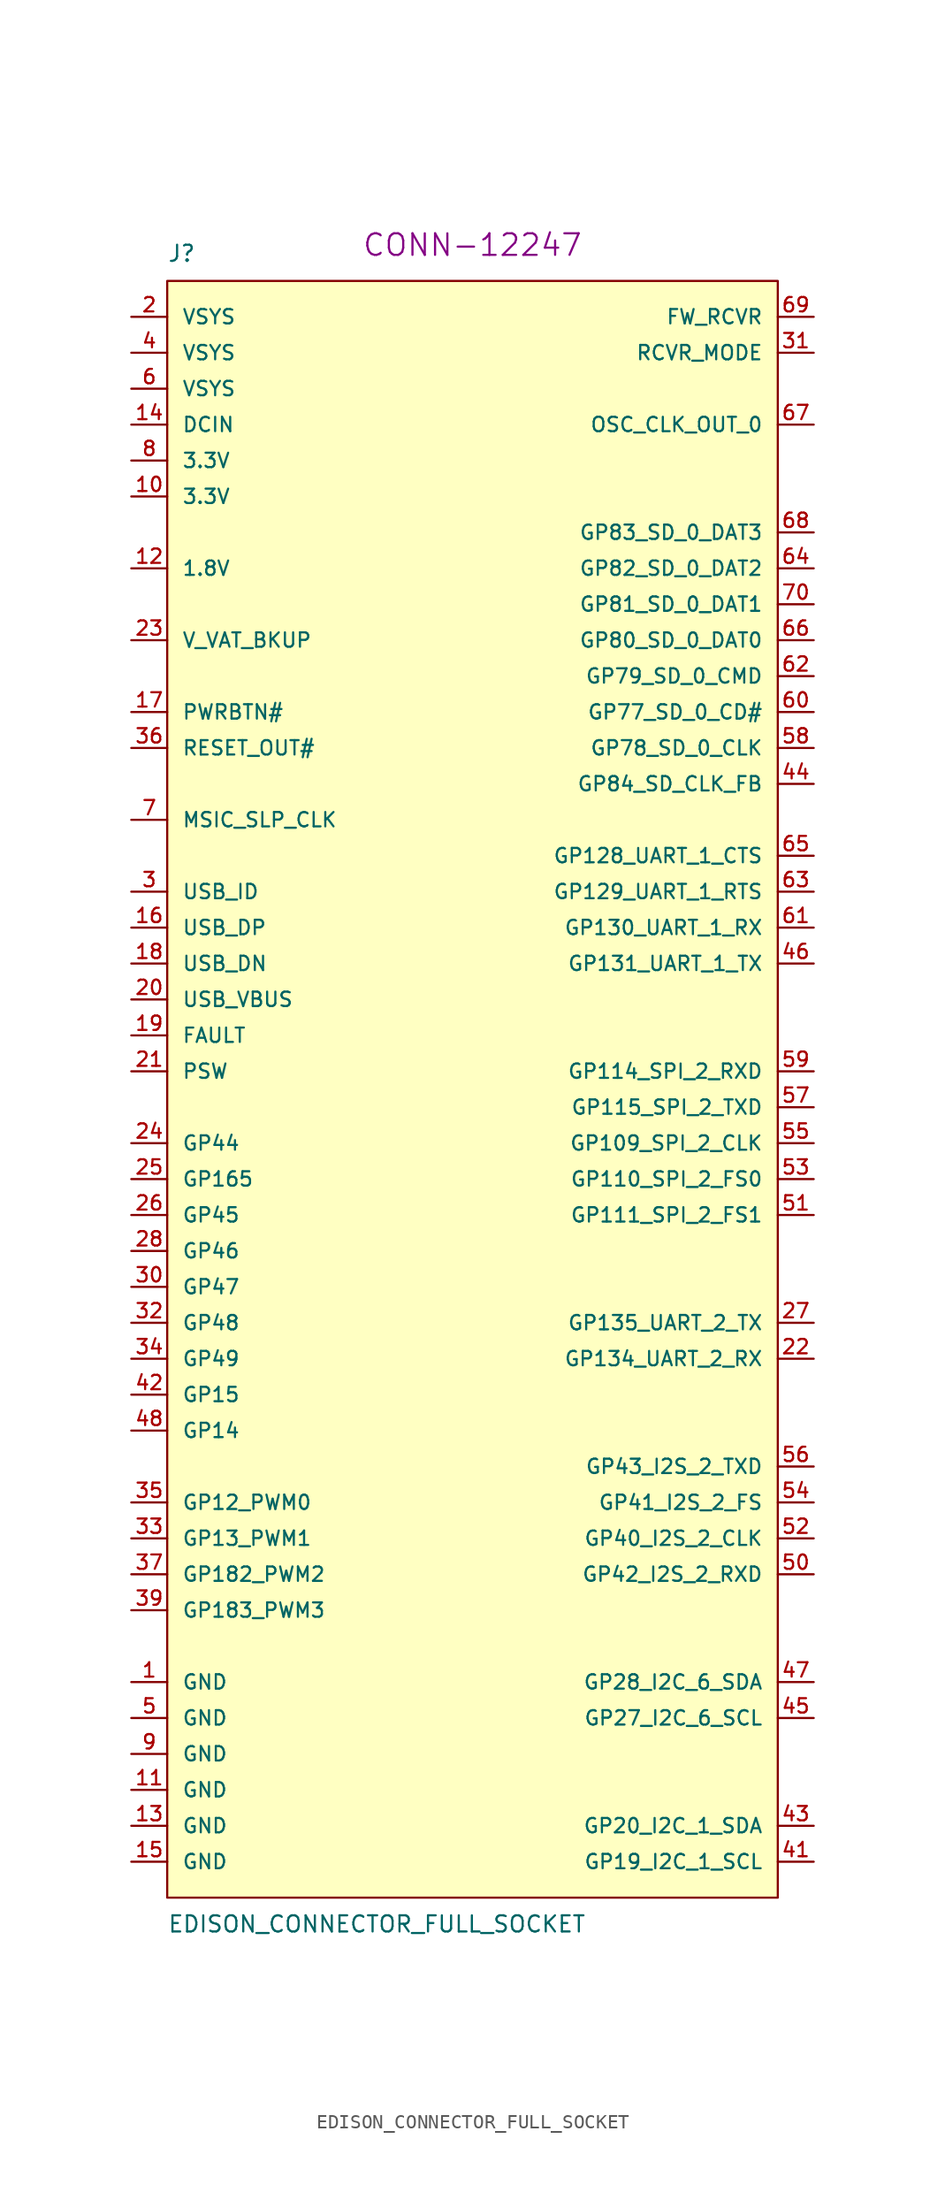
<source format=kicad_sym>
(kicad_symbol_lib
  (version 20220914)
  (generator kicad_symbol_editor)
  (symbol "EDISON_CONNECTOR_FULL_SOCKET"
    (pin_names
      (offset 1.016))
    (property "Reference" "J"
      (at -21.59 58.42 0)
      (effects (font (size 1.143 1.143)) (justify left bottom)))
    (property "Value" "EDISON_CONNECTOR_FULL_SOCKET"
      (at -21.59 -59.69 0)
      (effects (font (size 1.143 1.143)) (justify left bottom)))
    (property "Field4" "CONN-12247"
      (at 0 59.69 0)
      (effects (font (size 1.524 1.524))))
    (property "ki_locked" ""
      (at 0 0 0)
      (effects (font (size 1.27 1.27))))
    (symbol "EDISON_CONNECTOR_FULL_SOCKET_1_1"
      (polyline (pts (xy -21.59 57.15) (xy 21.59 57.15) (xy 21.59 -57.15) (xy -21.59 -57.15) (xy -21.59 57.15)) (stroke (width 0) (type solid)) (fill (type background)))
      (pin bidirectional line (at -24.13 -41.91 0) (length 2.54) (name "GND" (effects (font (size 1.016 1.016)))) (number "1" (effects (font (size 1.016 1.016)))))
      (pin bidirectional line (at -24.13 41.91 0) (length 2.54) (name "3.3V" (effects (font (size 1.016 1.016)))) (number "10" (effects (font (size 1.016 1.016)))))
      (pin bidirectional line (at -24.13 -49.53 0) (length 2.54) (name "GND" (effects (font (size 1.016 1.016)))) (number "11" (effects (font (size 1.016 1.016)))))
      (pin bidirectional line (at -24.13 36.83 0) (length 2.54) (name "1.8V" (effects (font (size 1.016 1.016)))) (number "12" (effects (font (size 1.016 1.016)))))
      (pin bidirectional line (at -24.13 -52.07 0) (length 2.54) (name "GND" (effects (font (size 1.016 1.016)))) (number "13" (effects (font (size 1.016 1.016)))))
      (pin bidirectional line (at -24.13 46.99 0) (length 2.54) (name "DCIN" (effects (font (size 1.016 1.016)))) (number "14" (effects (font (size 1.016 1.016)))))
      (pin bidirectional line (at -24.13 -54.61 0) (length 2.54) (name "GND" (effects (font (size 1.016 1.016)))) (number "15" (effects (font (size 1.016 1.016)))))
      (pin bidirectional line (at -24.13 11.43 0) (length 2.54) (name "USB_DP" (effects (font (size 1.016 1.016)))) (number "16" (effects (font (size 1.016 1.016)))))
      (pin bidirectional line (at -24.13 26.67 0) (length 2.54) (name "PWRBTN#" (effects (font (size 1.016 1.016)))) (number "17" (effects (font (size 1.016 1.016)))))
      (pin bidirectional line (at -24.13 8.89 0) (length 2.54) (name "USB_DN" (effects (font (size 1.016 1.016)))) (number "18" (effects (font (size 1.016 1.016)))))
      (pin bidirectional line (at -24.13 3.81 0) (length 2.54) (name "FAULT" (effects (font (size 1.016 1.016)))) (number "19" (effects (font (size 1.016 1.016)))))
      (pin bidirectional line (at -24.13 54.61 0) (length 2.54) (name "VSYS" (effects (font (size 1.016 1.016)))) (number "2" (effects (font (size 1.016 1.016)))))
      (pin bidirectional line (at -24.13 6.35 0) (length 2.54) (name "USB_VBUS" (effects (font (size 1.016 1.016)))) (number "20" (effects (font (size 1.016 1.016)))))
      (pin bidirectional line (at -24.13 1.27 0) (length 2.54) (name "PSW" (effects (font (size 1.016 1.016)))) (number "21" (effects (font (size 1.016 1.016)))))
      (pin bidirectional line (at 24.13 -19.05 180) (length 2.54) (name "GP134_UART_2_RX" (effects (font (size 1.016 1.016)))) (number "22" (effects (font (size 1.016 1.016)))))
      (pin bidirectional line (at -24.13 31.75 0) (length 2.54) (name "V_VAT_BKUP" (effects (font (size 1.016 1.016)))) (number "23" (effects (font (size 1.016 1.016)))))
      (pin bidirectional line (at -24.13 -3.81 0) (length 2.54) (name "GP44" (effects (font (size 1.016 1.016)))) (number "24" (effects (font (size 1.016 1.016)))))
      (pin bidirectional line (at -24.13 -6.35 0) (length 2.54) (name "GP165" (effects (font (size 1.016 1.016)))) (number "25" (effects (font (size 1.016 1.016)))))
      (pin bidirectional line (at -24.13 -8.89 0) (length 2.54) (name "GP45" (effects (font (size 1.016 1.016)))) (number "26" (effects (font (size 1.016 1.016)))))
      (pin bidirectional line (at 24.13 -16.51 180) (length 2.54) (name "GP135_UART_2_TX" (effects (font (size 1.016 1.016)))) (number "27" (effects (font (size 1.016 1.016)))))
      (pin bidirectional line (at -24.13 -11.43 0) (length 2.54) (name "GP46" (effects (font (size 1.016 1.016)))) (number "28" (effects (font (size 1.016 1.016)))))
      (pin bidirectional line (at -24.13 13.97 0) (length 2.54) (name "USB_ID" (effects (font (size 1.016 1.016)))) (number "3" (effects (font (size 1.016 1.016)))))
      (pin bidirectional line (at -24.13 -13.97 0) (length 2.54) (name "GP47" (effects (font (size 1.016 1.016)))) (number "30" (effects (font (size 1.016 1.016)))))
      (pin bidirectional line (at 24.13 52.07 180) (length 2.54) (name "RCVR_MODE" (effects (font (size 1.016 1.016)))) (number "31" (effects (font (size 1.016 1.016)))))
      (pin bidirectional line (at -24.13 -16.51 0) (length 2.54) (name "GP48" (effects (font (size 1.016 1.016)))) (number "32" (effects (font (size 1.016 1.016)))))
      (pin bidirectional line (at -24.13 -31.75 0) (length 2.54) (name "GP13_PWM1" (effects (font (size 1.016 1.016)))) (number "33" (effects (font (size 1.016 1.016)))))
      (pin bidirectional line (at -24.13 -19.05 0) (length 2.54) (name "GP49" (effects (font (size 1.016 1.016)))) (number "34" (effects (font (size 1.016 1.016)))))
      (pin bidirectional line (at -24.13 -29.21 0) (length 2.54) (name "GP12_PWM0" (effects (font (size 1.016 1.016)))) (number "35" (effects (font (size 1.016 1.016)))))
      (pin bidirectional line (at -24.13 24.13 0) (length 2.54) (name "RESET_OUT#" (effects (font (size 1.016 1.016)))) (number "36" (effects (font (size 1.016 1.016)))))
      (pin bidirectional line (at -24.13 -34.29 0) (length 2.54) (name "GP182_PWM2" (effects (font (size 1.016 1.016)))) (number "37" (effects (font (size 1.016 1.016)))))
      (pin bidirectional line (at -24.13 -36.83 0) (length 2.54) (name "GP183_PWM3" (effects (font (size 1.016 1.016)))) (number "39" (effects (font (size 1.016 1.016)))))
      (pin bidirectional line (at -24.13 52.07 0) (length 2.54) (name "VSYS" (effects (font (size 1.016 1.016)))) (number "4" (effects (font (size 1.016 1.016)))))
      (pin bidirectional line (at 24.13 -54.61 180) (length 2.54) (name "GP19_I2C_1_SCL" (effects (font (size 1.016 1.016)))) (number "41" (effects (font (size 1.016 1.016)))))
      (pin bidirectional line (at -24.13 -21.59 0) (length 2.54) (name "GP15" (effects (font (size 1.016 1.016)))) (number "42" (effects (font (size 1.016 1.016)))))
      (pin bidirectional line (at 24.13 -52.07 180) (length 2.54) (name "GP20_I2C_1_SDA" (effects (font (size 1.016 1.016)))) (number "43" (effects (font (size 1.016 1.016)))))
      (pin bidirectional line (at 24.13 21.59 180) (length 2.54) (name "GP84_SD_CLK_FB" (effects (font (size 1.016 1.016)))) (number "44" (effects (font (size 1.016 1.016)))))
      (pin bidirectional line (at 24.13 -44.45 180) (length 2.54) (name "GP27_I2C_6_SCL" (effects (font (size 1.016 1.016)))) (number "45" (effects (font (size 1.016 1.016)))))
      (pin bidirectional line (at 24.13 8.89 180) (length 2.54) (name "GP131_UART_1_TX" (effects (font (size 1.016 1.016)))) (number "46" (effects (font (size 1.016 1.016)))))
      (pin bidirectional line (at 24.13 -41.91 180) (length 2.54) (name "GP28_I2C_6_SDA" (effects (font (size 1.016 1.016)))) (number "47" (effects (font (size 1.016 1.016)))))
      (pin bidirectional line (at -24.13 -24.13 0) (length 2.54) (name "GP14" (effects (font (size 1.016 1.016)))) (number "48" (effects (font (size 1.016 1.016)))))
      (pin bidirectional line (at -24.13 -44.45 0) (length 2.54) (name "GND" (effects (font (size 1.016 1.016)))) (number "5" (effects (font (size 1.016 1.016)))))
      (pin bidirectional line (at 24.13 -34.29 180) (length 2.54) (name "GP42_I2S_2_RXD" (effects (font (size 1.016 1.016)))) (number "50" (effects (font (size 1.016 1.016)))))
      (pin bidirectional line (at 24.13 -8.89 180) (length 2.54) (name "GP111_SPI_2_FS1" (effects (font (size 1.016 1.016)))) (number "51" (effects (font (size 1.016 1.016)))))
      (pin bidirectional line (at 24.13 -31.75 180) (length 2.54) (name "GP40_I2S_2_CLK" (effects (font (size 1.016 1.016)))) (number "52" (effects (font (size 1.016 1.016)))))
      (pin bidirectional line (at 24.13 -6.35 180) (length 2.54) (name "GP110_SPI_2_FS0" (effects (font (size 1.016 1.016)))) (number "53" (effects (font (size 1.016 1.016)))))
      (pin bidirectional line (at 24.13 -29.21 180) (length 2.54) (name "GP41_I2S_2_FS" (effects (font (size 1.016 1.016)))) (number "54" (effects (font (size 1.016 1.016)))))
      (pin bidirectional line (at 24.13 -3.81 180) (length 2.54) (name "GP109_SPI_2_CLK" (effects (font (size 1.016 1.016)))) (number "55" (effects (font (size 1.016 1.016)))))
      (pin bidirectional line (at 24.13 -26.67 180) (length 2.54) (name "GP43_I2S_2_TXD" (effects (font (size 1.016 1.016)))) (number "56" (effects (font (size 1.016 1.016)))))
      (pin bidirectional line (at 24.13 -1.27 180) (length 2.54) (name "GP115_SPI_2_TXD" (effects (font (size 1.016 1.016)))) (number "57" (effects (font (size 1.016 1.016)))))
      (pin bidirectional line (at 24.13 24.13 180) (length 2.54) (name "GP78_SD_0_CLK" (effects (font (size 1.016 1.016)))) (number "58" (effects (font (size 1.016 1.016)))))
      (pin bidirectional line (at 24.13 1.27 180) (length 2.54) (name "GP114_SPI_2_RXD" (effects (font (size 1.016 1.016)))) (number "59" (effects (font (size 1.016 1.016)))))
      (pin bidirectional line (at -24.13 49.53 0) (length 2.54) (name "VSYS" (effects (font (size 1.016 1.016)))) (number "6" (effects (font (size 1.016 1.016)))))
      (pin bidirectional line (at 24.13 26.67 180) (length 2.54) (name "GP77_SD_0_CD#" (effects (font (size 1.016 1.016)))) (number "60" (effects (font (size 1.016 1.016)))))
      (pin bidirectional line (at 24.13 11.43 180) (length 2.54) (name "GP130_UART_1_RX" (effects (font (size 1.016 1.016)))) (number "61" (effects (font (size 1.016 1.016)))))
      (pin bidirectional line (at 24.13 29.21 180) (length 2.54) (name "GP79_SD_0_CMD" (effects (font (size 1.016 1.016)))) (number "62" (effects (font (size 1.016 1.016)))))
      (pin bidirectional line (at 24.13 13.97 180) (length 2.54) (name "GP129_UART_1_RTS" (effects (font (size 1.016 1.016)))) (number "63" (effects (font (size 1.016 1.016)))))
      (pin bidirectional line (at 24.13 36.83 180) (length 2.54) (name "GP82_SD_0_DAT2" (effects (font (size 1.016 1.016)))) (number "64" (effects (font (size 1.016 1.016)))))
      (pin bidirectional line (at 24.13 16.51 180) (length 2.54) (name "GP128_UART_1_CTS" (effects (font (size 1.016 1.016)))) (number "65" (effects (font (size 1.016 1.016)))))
      (pin bidirectional line (at 24.13 31.75 180) (length 2.54) (name "GP80_SD_0_DAT0" (effects (font (size 1.016 1.016)))) (number "66" (effects (font (size 1.016 1.016)))))
      (pin bidirectional line (at 24.13 46.99 180) (length 2.54) (name "OSC_CLK_OUT_0" (effects (font (size 1.016 1.016)))) (number "67" (effects (font (size 1.016 1.016)))))
      (pin bidirectional line (at 24.13 39.37 180) (length 2.54) (name "GP83_SD_0_DAT3" (effects (font (size 1.016 1.016)))) (number "68" (effects (font (size 1.016 1.016)))))
      (pin bidirectional line (at 24.13 54.61 180) (length 2.54) (name "FW_RCVR" (effects (font (size 1.016 1.016)))) (number "69" (effects (font (size 1.016 1.016)))))
      (pin bidirectional line (at -24.13 19.05 0) (length 2.54) (name "MSIC_SLP_CLK" (effects (font (size 1.016 1.016)))) (number "7" (effects (font (size 1.016 1.016)))))
      (pin bidirectional line (at 24.13 34.29 180) (length 2.54) (name "GP81_SD_0_DAT1" (effects (font (size 1.016 1.016)))) (number "70" (effects (font (size 1.016 1.016)))))
      (pin bidirectional line (at -24.13 44.45 0) (length 2.54) (name "3.3V" (effects (font (size 1.016 1.016)))) (number "8" (effects (font (size 1.016 1.016)))))
      (pin bidirectional line (at -24.13 -46.99 0) (length 2.54) (name "GND" (effects (font (size 1.016 1.016)))) (number "9" (effects (font (size 1.016 1.016))))))))
</source>
